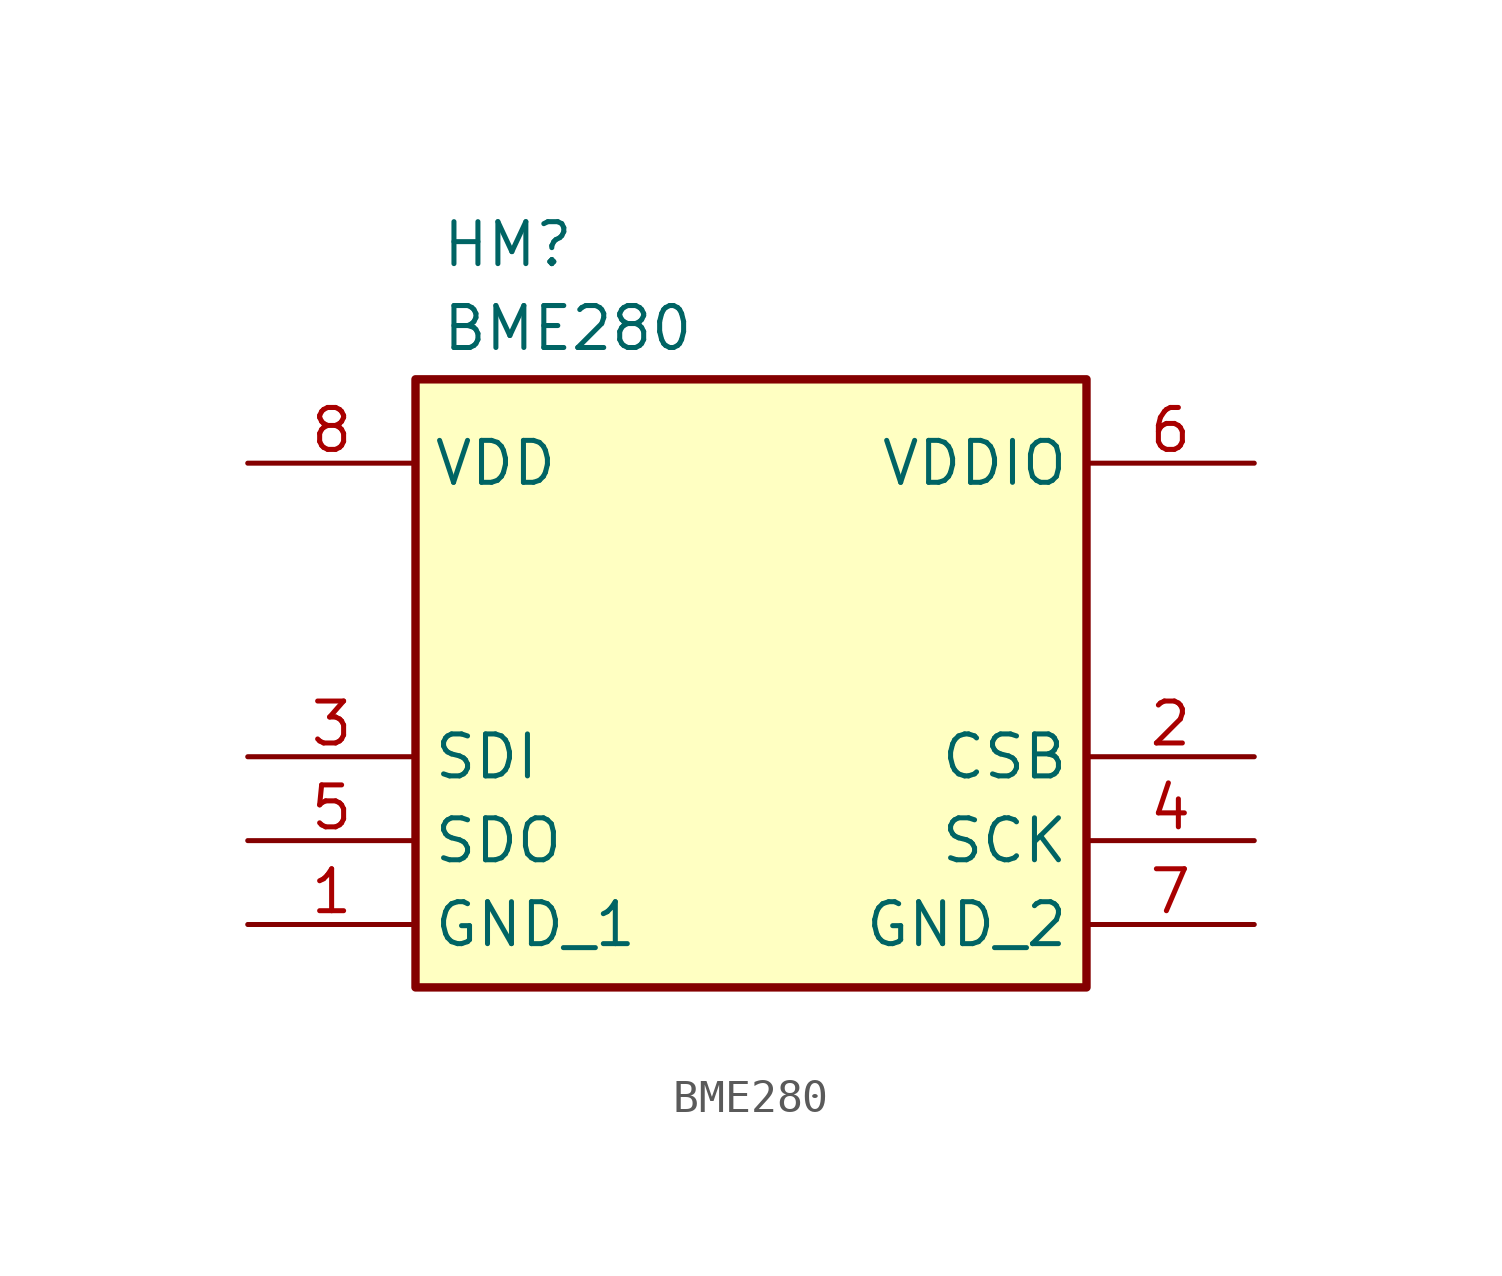
<source format=kicad_sym>
(kicad_symbol_lib
  (version 20231120)
  (generator "kicad_symbol_editor")
  (generator_version "8.0")
  (symbol "BME280"
    (property "Reference" "HM"
      (at 5.842 7.366 0)
      (effects (font (size 1.27 1.27)) (justify left top)))
    (property "Value" "BME280"
      (at 5.842 4.826 0)
      (effects (font (size 1.27 1.27)) (justify left top)))
    (symbol "BME280_1_1"
      (rectangle (start 5.08 2.54) (end 25.4 -15.875) (stroke (width 0.254) (type default)) (fill (type background)))
      (pin power_in line (at 0 -13.97 0) (length 5.08) (name "GND_1" (effects (font (size 1.27 1.27)))) (number "1" (effects (font (size 1.27 1.27)))))
      (pin input line (at 30.48 -8.89 180) (length 5.08) (name "CSB" (effects (font (size 1.27 1.27)))) (number "2" (effects (font (size 1.27 1.27)))))
      (pin passive line (at 0 -8.89 0) (length 5.08) (name "SDI" (effects (font (size 1.27 1.27)))) (number "3" (effects (font (size 1.27 1.27)))))
      (pin passive line (at 30.48 -11.43 180) (length 5.08) (name "SCK" (effects (font (size 1.27 1.27)))) (number "4" (effects (font (size 1.27 1.27)))))
      (pin passive line (at 0 -11.43 0) (length 5.08) (name "SDO" (effects (font (size 1.27 1.27)))) (number "5" (effects (font (size 1.27 1.27)))))
      (pin power_in line (at 30.48 0 180) (length 5.08) (name "VDDIO" (effects (font (size 1.27 1.27)))) (number "6" (effects (font (size 1.27 1.27)))))
      (pin power_in line (at 30.48 -13.97 180) (length 5.08) (name "GND_2" (effects (font (size 1.27 1.27)))) (number "7" (effects (font (size 1.27 1.27)))))
      (pin power_in line (at 0 0 0) (length 5.08) (name "VDD" (effects (font (size 1.27 1.27)))) (number "8" (effects (font (size 1.27 1.27))))))))
</source>
